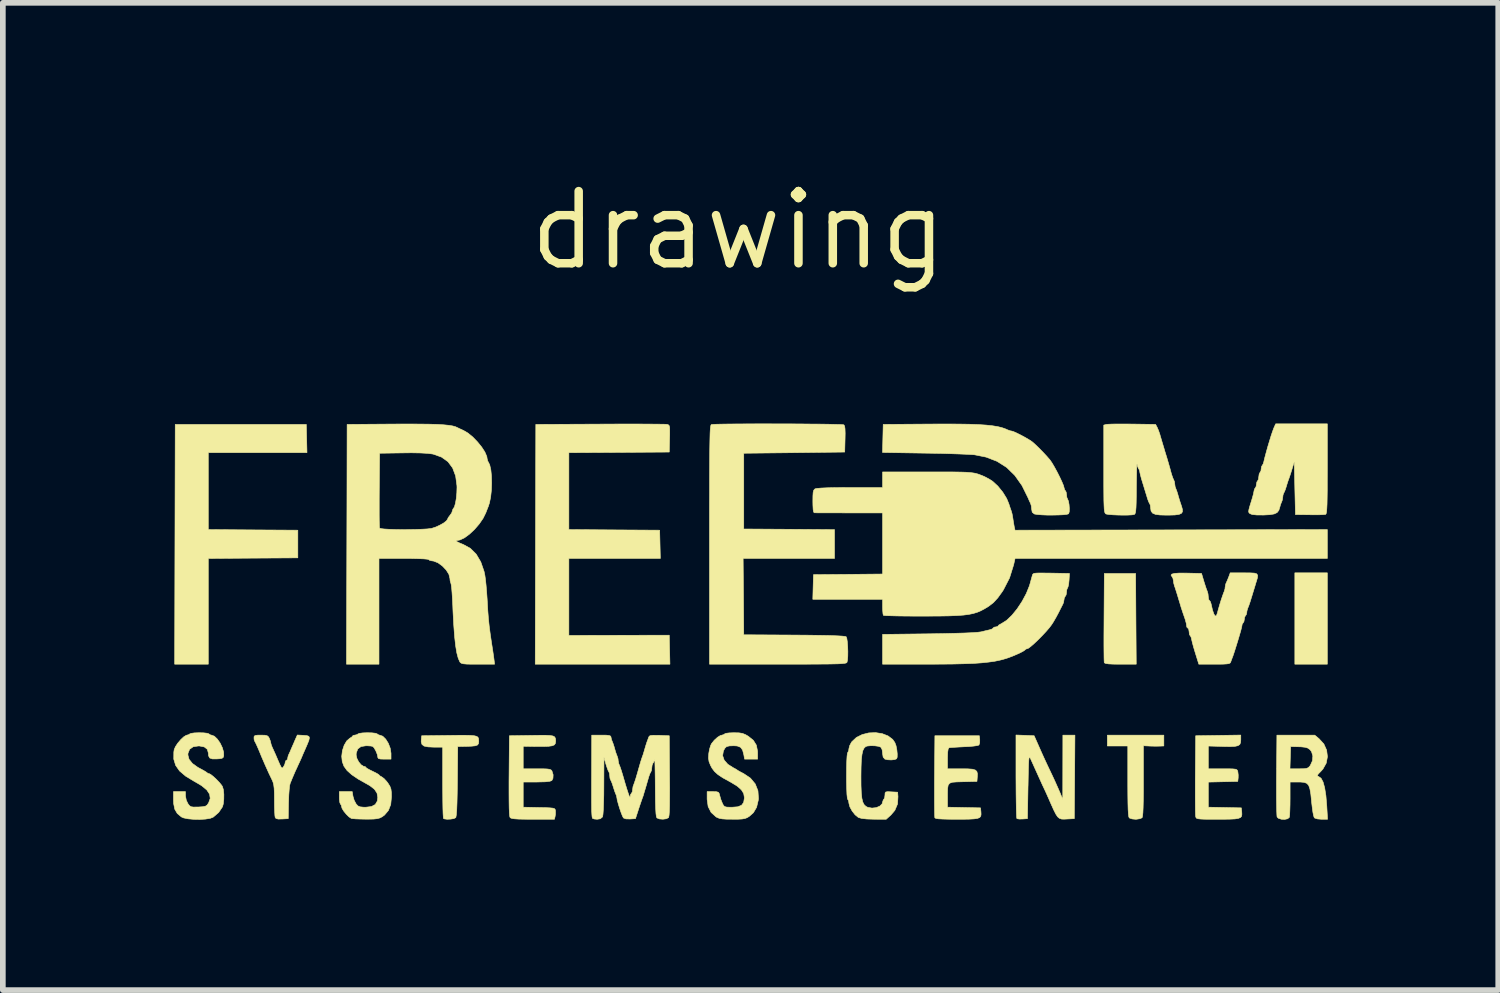
<source format=kicad_pcb>
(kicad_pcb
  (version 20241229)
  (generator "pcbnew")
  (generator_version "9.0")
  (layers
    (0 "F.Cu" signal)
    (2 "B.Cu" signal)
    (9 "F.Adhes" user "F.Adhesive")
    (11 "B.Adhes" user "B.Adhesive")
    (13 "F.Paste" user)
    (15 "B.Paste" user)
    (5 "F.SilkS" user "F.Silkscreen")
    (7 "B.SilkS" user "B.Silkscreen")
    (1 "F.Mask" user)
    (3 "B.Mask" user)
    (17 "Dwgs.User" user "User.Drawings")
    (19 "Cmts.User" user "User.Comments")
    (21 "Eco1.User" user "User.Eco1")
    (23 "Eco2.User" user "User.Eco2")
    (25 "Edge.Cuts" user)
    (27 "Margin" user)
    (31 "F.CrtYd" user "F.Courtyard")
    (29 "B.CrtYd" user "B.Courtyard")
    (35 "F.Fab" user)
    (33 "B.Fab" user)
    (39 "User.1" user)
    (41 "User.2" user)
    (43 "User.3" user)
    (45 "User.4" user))
  (footprint "drawing"
    (layer "F.Cu")
    (at 9.953 1.006)
    (property "Reference" "drawing" (at 0 0 0) (layer "F.SilkS") (effects (font (size 1.27 1.27) (thickness 0.15))))
    (attr through_hole)
    (fp_poly (pts (xy 10.372 7.641) (xy 9.8 7.641) (xy 9.8 6.032) (xy 10.372 6.032) (xy 10.372 7.641)) (stroke (width 0.01) (type solid)) (fill yes) (layer "F.SilkS"))
    (fp_poly (pts (xy -7.603 3.667) (xy -7.597 3.916) (xy -9.335 3.916) (xy -9.335 5.27) (xy -8.546 5.276) (xy -7.758 5.281) (xy -7.758 5.768) (xy -8.546 5.773) (xy -9.335 5.779) (xy -9.335 7.641) (xy -9.927 7.641) (xy -9.917 3.418) (xy -7.609 3.418) (xy -7.603 3.667)) (stroke (width 0.01) (type solid)) (fill yes) (layer "F.SilkS"))
    (fp_poly (pts (xy 7.001 6.842) (xy 7.007 7.641) (xy 6.731 7.641) (xy 6.607 7.64) (xy 6.522 7.636) (xy 6.469 7.628) (xy 6.446 7.617) (xy 6.444 7.615) (xy 6.442 7.588) (xy 6.44 7.524) (xy 6.439 7.427) (xy 6.438 7.303) (xy 6.438 7.156) (xy 6.439 6.992) (xy 6.44 6.816) (xy 6.445 6.043) (xy 6.996 6.043) (xy 7.001 6.842)) (stroke (width 0.01) (type solid)) (fill yes) (layer "F.SilkS"))
    (fp_poly (pts (xy 7.493 9.081) (xy 7.414 9.084) (xy 7.341 9.085) (xy 7.257 9.083) (xy 7.234 9.082) (xy 7.133 9.077) (xy 7.133 9.699) (xy 7.133 9.894) (xy 7.131 10.05) (xy 7.128 10.17) (xy 7.124 10.257) (xy 7.118 10.313) (xy 7.111 10.342) (xy 7.108 10.346) (xy 7.072 10.362) (xy 7.013 10.371) (xy 6.996 10.372) (xy 6.934 10.366) (xy 6.89 10.351) (xy 6.883 10.346) (xy 6.875 10.325) (xy 6.869 10.278) (xy 6.864 10.202) (xy 6.861 10.093) (xy 6.859 9.949) (xy 6.858 9.767) (xy 6.858 9.701) (xy 6.858 9.081) (xy 6.498 9.081) (xy 6.498 8.89) (xy 7.493 8.89) (xy 7.493 9.081)) (stroke (width 0.01) (type solid)) (fill yes) (layer "F.SilkS"))
    (fp_poly (pts (xy -1.824 3.411) (xy -1.656 3.412) (xy -1.511 3.413) (xy -1.394 3.414) (xy -1.31 3.415) (xy -1.262 3.417) (xy -1.253 3.418) (xy -1.233 3.425) (xy -1.219 3.439) (xy -1.211 3.466) (xy -1.209 3.516) (xy -1.209 3.595) (xy -1.211 3.668) (xy -1.217 3.905) (xy -2.101 3.911) (xy -2.985 3.916) (xy -2.985 5.27) (xy -2.185 5.276) (xy -1.386 5.281) (xy -1.38 5.53) (xy -1.374 5.779) (xy -2.985 5.779) (xy -2.985 7.134) (xy -2.101 7.132) (xy -1.217 7.13) (xy -1.211 7.386) (xy -1.205 7.641) (xy -3.577 7.641) (xy -3.567 3.418) (xy -2.434 3.413) (xy -2.218 3.412) (xy -2.013 3.411) (xy -1.824 3.411)) (stroke (width 0.01) (type solid)) (fill yes) (layer "F.SilkS"))
    (fp_poly (pts (xy -4.716 8.895) (xy -4.652 8.901) (xy -4.61 8.911) (xy -4.587 8.926) (xy -4.576 8.948) (xy -4.573 8.978) (xy -4.572 9.002) (xy -4.576 9.039) (xy -4.594 9.064) (xy -4.633 9.078) (xy -4.701 9.085) (xy -4.79 9.088) (xy -4.942 9.091) (xy -4.948 9.703) (xy -4.951 9.915) (xy -4.955 10.084) (xy -4.96 10.211) (xy -4.967 10.296) (xy -4.975 10.339) (xy -4.977 10.343) (xy -5.011 10.36) (xy -5.067 10.369) (xy -5.129 10.372) (xy -5.178 10.365) (xy -5.193 10.358) (xy -5.196 10.334) (xy -5.2 10.273) (xy -5.203 10.18) (xy -5.205 10.062) (xy -5.206 9.922) (xy -5.207 9.767) (xy -5.207 9.723) (xy -5.207 9.102) (xy -5.362 9.102) (xy -5.466 9.097) (xy -5.534 9.083) (xy -5.572 9.054) (xy -5.585 9.008) (xy -5.584 8.974) (xy -5.577 8.901) (xy -5.092 8.895) (xy -4.931 8.893) (xy -4.807 8.893) (xy -4.716 8.895)) (stroke (width 0.01) (type solid)) (fill yes) (layer "F.SilkS"))
    (fp_poly (pts (xy 8.848 8.975) (xy 8.844 9.022) (xy 8.83 9.055) (xy 8.798 9.076) (xy 8.744 9.088) (xy 8.66 9.092) (xy 8.542 9.09) (xy 8.514 9.089) (xy 8.276 9.082) (xy 8.276 9.483) (xy 8.53 9.483) (xy 8.637 9.483) (xy 8.709 9.485) (xy 8.754 9.49) (xy 8.778 9.499) (xy 8.79 9.514) (xy 8.796 9.533) (xy 8.803 9.593) (xy 8.802 9.644) (xy 8.795 9.705) (xy 8.535 9.711) (xy 8.276 9.717) (xy 8.276 10.159) (xy 8.567 10.165) (xy 8.858 10.171) (xy 8.865 10.241) (xy 8.867 10.285) (xy 8.862 10.318) (xy 8.843 10.341) (xy 8.806 10.356) (xy 8.745 10.366) (xy 8.655 10.37) (xy 8.53 10.372) (xy 8.443 10.372) (xy 8.309 10.372) (xy 8.21 10.371) (xy 8.142 10.368) (xy 8.099 10.363) (xy 8.073 10.356) (xy 8.061 10.345) (xy 8.055 10.329) (xy 8.054 10.324) (xy 8.051 10.292) (xy 8.049 10.223) (xy 8.048 10.122) (xy 8.047 9.996) (xy 8.047 9.848) (xy 8.047 9.686) (xy 8.048 9.588) (xy 8.054 8.901) (xy 8.451 8.895) (xy 8.848 8.889) (xy 8.848 8.975)) (stroke (width 0.01) (type solid)) (fill yes) (layer "F.SilkS"))
    (fp_poly (pts (xy 5.049 8.894) (xy 5.209 8.901) (xy 5.293 9.091) (xy 5.335 9.186) (xy 5.371 9.266) (xy 5.406 9.342) (xy 5.445 9.426) (xy 5.494 9.529) (xy 5.533 9.611) (xy 5.577 9.706) (xy 5.622 9.807) (xy 5.659 9.892) (xy 5.661 9.896) (xy 5.713 10.022) (xy 5.714 9.456) (xy 5.715 8.89) (xy 5.927 8.89) (xy 5.922 9.626) (xy 5.916 10.361) (xy 5.793 10.367) (xy 5.734 10.37) (xy 5.69 10.368) (xy 5.654 10.355) (xy 5.622 10.328) (xy 5.591 10.281) (xy 5.554 10.208) (xy 5.508 10.106) (xy 5.467 10.012) (xy 5.443 9.958) (xy 5.408 9.88) (xy 5.367 9.793) (xy 5.355 9.768) (xy 5.142 9.297) (xy 5.133 9.28) (xy 5.125 9.276) (xy 5.12 9.291) (xy 5.115 9.327) (xy 5.111 9.39) (xy 5.108 9.482) (xy 5.105 9.609) (xy 5.102 9.773) (xy 5.101 9.794) (xy 5.091 10.361) (xy 5.005 10.367) (xy 4.948 10.368) (xy 4.91 10.362) (xy 4.905 10.359) (xy 4.901 10.335) (xy 4.898 10.273) (xy 4.895 10.179) (xy 4.893 10.058) (xy 4.891 9.915) (xy 4.89 9.753) (xy 4.889 9.616) (xy 4.889 8.888) (xy 5.049 8.894)) (stroke (width 0.01) (type solid)) (fill yes) (layer "F.SilkS"))
    (fp_poly (pts (xy -3.391 8.893) (xy -3.316 8.897) (xy -3.266 8.905) (xy -3.237 8.92) (xy -3.223 8.943) (xy -3.218 8.974) (xy -3.218 9.002) (xy -3.223 9.037) (xy -3.241 9.062) (xy -3.28 9.078) (xy -3.345 9.087) (xy -3.441 9.09) (xy -3.551 9.09) (xy -3.789 9.086) (xy -3.789 9.483) (xy -3.546 9.483) (xy -3.44 9.483) (xy -3.369 9.486) (xy -3.325 9.492) (xy -3.299 9.503) (xy -3.284 9.519) (xy -3.282 9.524) (xy -3.262 9.588) (xy -3.265 9.651) (xy -3.285 9.69) (xy -3.321 9.703) (xy -3.399 9.712) (xy -3.517 9.715) (xy -3.55 9.716) (xy -3.789 9.716) (xy -3.789 10.159) (xy -3.508 10.165) (xy -3.395 10.167) (xy -3.317 10.171) (xy -3.267 10.176) (xy -3.24 10.184) (xy -3.227 10.197) (xy -3.222 10.216) (xy -3.221 10.22) (xy -3.221 10.282) (xy -3.227 10.321) (xy -3.239 10.372) (xy -3.617 10.372) (xy -3.761 10.371) (xy -3.867 10.369) (xy -3.941 10.364) (xy -3.989 10.357) (xy -4.014 10.347) (xy -4.019 10.343) (xy -4.027 10.319) (xy -4.032 10.265) (xy -4.036 10.18) (xy -4.038 10.06) (xy -4.039 9.903) (xy -4.039 9.707) (xy -4.038 9.607) (xy -4.032 8.901) (xy -3.642 8.895) (xy -3.498 8.893) (xy -3.391 8.893)) (stroke (width 0.01) (type solid)) (fill yes) (layer "F.SilkS"))
    (fp_poly (pts (xy 4.251 8.972) (xy 4.25 9.027) (xy 4.237 9.064) (xy 4.236 9.065) (xy 4.207 9.074) (xy 4.146 9.083) (xy 4.061 9.091) (xy 3.975 9.095) (xy 3.877 9.1) (xy 3.793 9.105) (xy 3.734 9.109) (xy 3.709 9.113) (xy 3.695 9.135) (xy 3.686 9.192) (xy 3.683 9.287) (xy 3.683 9.302) (xy 3.683 9.483) (xy 3.924 9.483) (xy 4.041 9.484) (xy 4.122 9.49) (xy 4.173 9.505) (xy 4.2 9.53) (xy 4.21 9.57) (xy 4.208 9.624) (xy 4.202 9.705) (xy 3.955 9.711) (xy 3.844 9.714) (xy 3.768 9.72) (xy 3.721 9.737) (xy 3.695 9.771) (xy 3.685 9.829) (xy 3.683 9.918) (xy 3.683 9.985) (xy 3.683 10.159) (xy 3.974 10.165) (xy 4.265 10.171) (xy 4.272 10.241) (xy 4.274 10.285) (xy 4.269 10.317) (xy 4.25 10.341) (xy 4.213 10.356) (xy 4.152 10.365) (xy 4.062 10.37) (xy 3.938 10.372) (xy 3.849 10.372) (xy 3.704 10.371) (xy 3.597 10.368) (xy 3.524 10.364) (xy 3.48 10.357) (xy 3.461 10.347) (xy 3.46 10.345) (xy 3.458 10.318) (xy 3.456 10.254) (xy 3.455 10.158) (xy 3.454 10.035) (xy 3.454 9.89) (xy 3.454 9.729) (xy 3.455 9.61) (xy 3.461 8.901) (xy 4.244 8.901) (xy 4.251 8.972)) (stroke (width 0.01) (type solid)) (fill yes) (layer "F.SilkS"))
    (fp_poly (pts (xy 10.226 8.953) (xy 10.311 9.046) (xy 10.36 9.155) (xy 10.374 9.27) (xy 10.353 9.383) (xy 10.295 9.487) (xy 10.262 9.524) (xy 10.216 9.571) (xy 10.197 9.598) (xy 10.204 9.613) (xy 10.219 9.619) (xy 10.262 9.65) (xy 10.297 9.715) (xy 10.325 9.816) (xy 10.347 9.955) (xy 10.362 10.134) (xy 10.376 10.372) (xy 10.271 10.372) (xy 10.199 10.366) (xy 10.151 10.351) (xy 10.142 10.343) (xy 10.131 10.312) (xy 10.118 10.248) (xy 10.106 10.16) (xy 10.094 10.058) (xy 10.094 10.052) (xy 10.081 9.926) (xy 10.065 9.836) (xy 10.044 9.776) (xy 10.012 9.74) (xy 9.965 9.722) (xy 9.899 9.716) (xy 9.851 9.716) (xy 9.716 9.716) (xy 9.716 10.01) (xy 9.715 10.12) (xy 9.712 10.216) (xy 9.709 10.29) (xy 9.704 10.333) (xy 9.703 10.338) (xy 9.673 10.363) (xy 9.62 10.374) (xy 9.561 10.371) (xy 9.51 10.354) (xy 9.487 10.331) (xy 9.484 10.3) (xy 9.481 10.233) (xy 9.479 10.134) (xy 9.477 10.008) (xy 9.477 9.861) (xy 9.477 9.699) (xy 9.478 9.59) (xy 9.479 9.483) (xy 9.714 9.483) (xy 9.872 9.483) (xy 9.954 9.482) (xy 10.005 9.476) (xy 10.037 9.463) (xy 10.062 9.438) (xy 10.074 9.421) (xy 10.11 9.341) (xy 10.117 9.257) (xy 10.094 9.181) (xy 10.067 9.146) (xy 10.03 9.119) (xy 9.982 9.104) (xy 9.91 9.096) (xy 9.871 9.095) (xy 9.726 9.091) (xy 9.714 9.483) (xy 9.479 9.483) (xy 9.484 8.89) (xy 10.15 8.89) (xy 10.226 8.953)) (stroke (width 0.01) (type solid)) (fill yes) (layer "F.SilkS"))
    (fp_poly (pts (xy 3.871 3.412) (xy 4.065 3.415) (xy 4.227 3.421) (xy 4.363 3.43) (xy 4.475 3.442) (xy 4.568 3.457) (xy 4.644 3.476) (xy 4.709 3.499) (xy 4.746 3.516) (xy 4.793 3.532) (xy 4.813 3.535) (xy 4.846 3.545) (xy 4.904 3.571) (xy 4.976 3.607) (xy 5.052 3.648) (xy 5.12 3.688) (xy 5.17 3.721) (xy 5.173 3.723) (xy 5.221 3.765) (xy 5.287 3.828) (xy 5.36 3.902) (xy 5.428 3.975) (xy 5.483 4.038) (xy 5.488 4.044) (xy 5.523 4.095) (xy 5.566 4.168) (xy 5.613 4.254) (xy 5.658 4.343) (xy 5.697 4.426) (xy 5.725 4.493) (xy 5.736 4.533) (xy 5.736 4.535) (xy 5.748 4.573) (xy 5.757 4.583) (xy 5.773 4.611) (xy 5.779 4.654) (xy 5.785 4.704) (xy 5.797 4.732) (xy 5.813 4.769) (xy 5.824 4.83) (xy 5.829 4.898) (xy 5.827 4.957) (xy 5.816 4.992) (xy 5.815 4.992) (xy 5.785 5.002) (xy 5.723 5.009) (xy 5.637 5.013) (xy 5.54 5.015) (xy 5.439 5.015) (xy 5.345 5.011) (xy 5.268 5.005) (xy 5.218 4.997) (xy 5.212 4.995) (xy 5.175 4.965) (xy 5.165 4.911) (xy 5.159 4.852) (xy 5.146 4.81) (xy 5.124 4.764) (xy 5.101 4.71) (xy 4.995 4.495) (xy 4.869 4.317) (xy 4.724 4.175) (xy 4.555 4.068) (xy 4.363 3.994) (xy 4.159 3.953) (xy 4.103 3.949) (xy 4.01 3.944) (xy 3.887 3.939) (xy 3.741 3.934) (xy 3.576 3.929) (xy 3.401 3.926) (xy 3.275 3.924) (xy 2.539 3.912) (xy 2.551 3.418) (xy 3.376 3.412) (xy 3.643 3.411) (xy 3.871 3.412)) (stroke (width 0.01) (type solid)) (fill yes) (layer "F.SilkS"))
    (fp_poly (pts (xy 10.372 4.199) (xy 10.371 4.409) (xy 10.371 4.58) (xy 10.369 4.716) (xy 10.367 4.821) (xy 10.363 4.898) (xy 10.359 4.951) (xy 10.353 4.984) (xy 10.346 4.999) (xy 10.343 5.002) (xy 10.311 5.006) (xy 10.247 5.009) (xy 10.159 5.01) (xy 10.062 5.009) (xy 9.811 5.006) (xy 9.8 4.541) (xy 9.79 4.076) (xy 9.751 4.202) (xy 9.728 4.277) (xy 9.707 4.34) (xy 9.696 4.371) (xy 9.679 4.417) (xy 9.658 4.483) (xy 9.651 4.508) (xy 9.631 4.57) (xy 9.612 4.614) (xy 9.606 4.624) (xy 9.592 4.66) (xy 9.588 4.693) (xy 9.58 4.749) (xy 9.569 4.779) (xy 9.549 4.827) (xy 9.536 4.874) (xy 9.518 4.932) (xy 9.487 4.971) (xy 9.436 4.995) (xy 9.358 5.008) (xy 9.248 5.014) (xy 9.129 5.013) (xy 9.05 5.005) (xy 9.011 4.99) (xy 8.993 4.975) (xy 8.986 4.954) (xy 8.991 4.918) (xy 9.007 4.858) (xy 9.027 4.794) (xy 9.052 4.712) (xy 9.071 4.642) (xy 9.08 4.596) (xy 9.081 4.589) (xy 9.092 4.551) (xy 9.102 4.54) (xy 9.118 4.511) (xy 9.123 4.477) (xy 9.131 4.432) (xy 9.144 4.413) (xy 9.159 4.385) (xy 9.165 4.339) (xy 9.172 4.291) (xy 9.186 4.265) (xy 9.203 4.236) (xy 9.207 4.202) (xy 9.215 4.158) (xy 9.226 4.14) (xy 9.243 4.112) (xy 9.255 4.07) (xy 9.269 4.01) (xy 9.292 3.924) (xy 9.32 3.822) (xy 9.352 3.716) (xy 9.382 3.617) (xy 9.41 3.535) (xy 9.43 3.481) (xy 9.432 3.477) (xy 9.463 3.408) (xy 10.372 3.408) (xy 10.372 4.199)) (stroke (width 0.01) (type solid)) (fill yes) (layer "F.SilkS"))
    (fp_poly (pts (xy 0.725 3.409) (xy 0.917 3.409) (xy 1.104 3.41) (xy 1.281 3.412) (xy 1.443 3.413) (xy 1.584 3.415) (xy 1.702 3.418) (xy 1.789 3.42) (xy 1.843 3.423) (xy 1.858 3.426) (xy 1.871 3.447) (xy 1.878 3.494) (xy 1.881 3.574) (xy 1.879 3.674) (xy 1.873 3.905) (xy 0.984 3.916) (xy 0.095 3.926) (xy 0.095 5.26) (xy 0.894 5.265) (xy 1.693 5.271) (xy 1.693 5.779) (xy 0.084 5.779) (xy 0.09 6.451) (xy 0.095 7.123) (xy 0.982 7.128) (xy 1.231 7.13) (xy 1.438 7.133) (xy 1.605 7.136) (xy 1.734 7.141) (xy 1.825 7.146) (xy 1.879 7.152) (xy 1.898 7.157) (xy 1.91 7.187) (xy 1.919 7.248) (xy 1.925 7.328) (xy 1.928 7.416) (xy 1.927 7.5) (xy 1.922 7.569) (xy 1.913 7.608) (xy 1.907 7.615) (xy 1.893 7.621) (xy 1.867 7.626) (xy 1.826 7.63) (xy 1.768 7.634) (xy 1.688 7.636) (xy 1.584 7.638) (xy 1.452 7.639) (xy 1.289 7.64) (xy 1.093 7.641) (xy 0.859 7.641) (xy 0.696 7.641) (xy -0.508 7.641) (xy -0.508 5.537) (xy -0.508 5.19) (xy -0.508 4.883) (xy -0.507 4.614) (xy -0.507 4.379) (xy -0.506 4.177) (xy -0.505 4.006) (xy -0.504 3.862) (xy -0.502 3.743) (xy -0.5 3.648) (xy -0.498 3.573) (xy -0.495 3.516) (xy -0.491 3.475) (xy -0.487 3.448) (xy -0.483 3.431) (xy -0.477 3.422) (xy -0.475 3.421) (xy -0.446 3.418) (xy -0.38 3.415) (xy -0.281 3.413) (xy -0.155 3.411) (xy -0.006 3.41) (xy 0.161 3.409) (xy 0.342 3.408) (xy 0.531 3.408) (xy 0.725 3.409)) (stroke (width 0.01) (type solid)) (fill yes) (layer "F.SilkS"))
    (fp_poly (pts (xy 5.421 6.036) (xy 5.51 6.037) (xy 5.831 6.043) (xy 5.824 6.16) (xy 5.817 6.228) (xy 5.806 6.279) (xy 5.798 6.296) (xy 5.783 6.331) (xy 5.779 6.374) (xy 5.772 6.421) (xy 5.757 6.445) (xy 5.74 6.475) (xy 5.736 6.5) (xy 5.726 6.555) (xy 5.717 6.578) (xy 5.698 6.616) (xy 5.667 6.677) (xy 5.64 6.731) (xy 5.595 6.815) (xy 5.545 6.901) (xy 5.518 6.943) (xy 5.477 6.998) (xy 5.418 7.066) (xy 5.349 7.14) (xy 5.277 7.213) (xy 5.207 7.279) (xy 5.148 7.33) (xy 5.106 7.361) (xy 5.092 7.366) (xy 5.061 7.376) (xy 5.055 7.383) (xy 5.031 7.403) (xy 4.977 7.433) (xy 4.904 7.467) (xy 4.821 7.502) (xy 4.74 7.532) (xy 4.699 7.545) (xy 4.611 7.569) (xy 4.515 7.589) (xy 4.408 7.604) (xy 4.286 7.617) (xy 4.142 7.627) (xy 3.974 7.633) (xy 3.776 7.638) (xy 3.544 7.64) (xy 3.339 7.641) (xy 2.54 7.641) (xy 2.54 7.116) (xy 3.36 7.106) (xy 3.601 7.102) (xy 3.808 7.097) (xy 3.98 7.092) (xy 4.116 7.086) (xy 4.213 7.079) (xy 4.27 7.072) (xy 4.276 7.071) (xy 4.348 7.053) (xy 4.413 7.038) (xy 4.429 7.034) (xy 4.471 7.02) (xy 4.487 7.004) (xy 4.505 6.989) (xy 4.53 6.985) (xy 4.564 6.978) (xy 4.572 6.969) (xy 4.589 6.95) (xy 4.631 6.927) (xy 4.635 6.925) (xy 4.724 6.869) (xy 4.817 6.78) (xy 4.91 6.666) (xy 4.996 6.536) (xy 5.07 6.398) (xy 5.126 6.26) (xy 5.14 6.212) (xy 5.158 6.145) (xy 5.174 6.088) (xy 5.176 6.08) (xy 5.182 6.061) (xy 5.194 6.048) (xy 5.217 6.04) (xy 5.258 6.036) (xy 5.324 6.035) (xy 5.421 6.036)) (stroke (width 0.01) (type solid)) (fill yes) (layer "F.SilkS"))
    (fp_poly (pts (xy -7.656 8.894) (xy -7.598 8.899) (xy -7.564 8.911) (xy -7.554 8.937) (xy -7.564 8.984) (xy -7.595 9.06) (xy -7.612 9.099) (xy -7.643 9.17) (xy -7.67 9.231) (xy -7.682 9.26) (xy -7.699 9.3) (xy -7.728 9.364) (xy -7.764 9.441) (xy -7.768 9.451) (xy -7.804 9.528) (xy -7.833 9.595) (xy -7.851 9.638) (xy -7.853 9.641) (xy -7.874 9.694) (xy -7.892 9.737) (xy -7.902 9.777) (xy -7.91 9.85) (xy -7.917 9.946) (xy -7.921 10.055) (xy -7.922 10.075) (xy -7.927 10.361) (xy -8.035 10.367) (xy -8.104 10.368) (xy -8.142 10.358) (xy -8.157 10.339) (xy -8.162 10.306) (xy -8.166 10.239) (xy -8.169 10.149) (xy -8.17 10.044) (xy -8.17 10.033) (xy -8.171 9.913) (xy -8.175 9.826) (xy -8.183 9.763) (xy -8.196 9.715) (xy -8.211 9.68) (xy -8.268 9.561) (xy -8.332 9.419) (xy -8.396 9.271) (xy -8.435 9.176) (xy -8.467 9.101) (xy -8.494 9.042) (xy -8.511 9.009) (xy -8.513 9.007) (xy -8.527 8.972) (xy -8.53 8.939) (xy -8.527 8.911) (xy -8.51 8.897) (xy -8.469 8.891) (xy -8.408 8.89) (xy -8.338 8.892) (xy -8.298 8.901) (xy -8.274 8.921) (xy -8.26 8.947) (xy -8.241 8.996) (xy -8.234 9.029) (xy -8.225 9.064) (xy -8.205 9.114) (xy -8.204 9.114) (xy -8.176 9.176) (xy -8.144 9.247) (xy -8.141 9.255) (xy -8.099 9.353) (xy -8.07 9.418) (xy -8.05 9.455) (xy -8.037 9.469) (xy -8.026 9.466) (xy -8.014 9.451) (xy -8.01 9.447) (xy -7.986 9.4) (xy -7.981 9.372) (xy -7.97 9.34) (xy -7.959 9.335) (xy -7.94 9.317) (xy -7.938 9.302) (xy -7.928 9.256) (xy -7.919 9.234) (xy -7.896 9.185) (xy -7.879 9.144) (xy -7.857 9.093) (xy -7.827 9.025) (xy -7.812 8.989) (xy -7.767 8.888) (xy -7.656 8.894)) (stroke (width 0.01) (type solid)) (fill yes) (layer "F.SilkS"))
    (fp_poly (pts (xy 2.533 8.864) (xy 2.636 8.904) (xy 2.718 8.966) (xy 2.756 9.021) (xy 2.777 9.077) (xy 2.791 9.149) (xy 2.798 9.221) (xy 2.797 9.279) (xy 2.786 9.307) (xy 2.751 9.321) (xy 2.693 9.327) (xy 2.63 9.324) (xy 2.583 9.313) (xy 2.58 9.312) (xy 2.55 9.278) (xy 2.54 9.216) (xy 2.54 9.209) (xy 2.532 9.147) (xy 2.511 9.105) (xy 2.508 9.102) (xy 2.469 9.087) (xy 2.404 9.078) (xy 2.333 9.076) (xy 2.271 9.082) (xy 2.243 9.091) (xy 2.214 9.119) (xy 2.192 9.163) (xy 2.177 9.231) (xy 2.166 9.325) (xy 2.161 9.452) (xy 2.159 9.616) (xy 2.159 9.62) (xy 2.16 9.782) (xy 2.165 9.908) (xy 2.175 10.001) (xy 2.191 10.068) (xy 2.214 10.114) (xy 2.245 10.144) (xy 2.279 10.162) (xy 2.353 10.175) (xy 2.427 10.167) (xy 2.49 10.141) (xy 2.531 10.101) (xy 2.54 10.068) (xy 2.552 10.031) (xy 2.561 10.022) (xy 2.576 9.994) (xy 2.582 9.946) (xy 2.584 9.909) (xy 2.597 9.891) (xy 2.631 9.886) (xy 2.693 9.889) (xy 2.805 9.895) (xy 2.811 9.973) (xy 2.803 10.103) (xy 2.756 10.215) (xy 2.688 10.295) (xy 2.603 10.372) (xy 2.386 10.371) (xy 2.261 10.367) (xy 2.172 10.357) (xy 2.116 10.341) (xy 2.111 10.338) (xy 2.056 10.293) (xy 2.004 10.227) (xy 1.964 10.154) (xy 1.947 10.091) (xy 1.947 10.088) (xy 1.94 10.043) (xy 1.926 10.022) (xy 1.919 9.997) (xy 1.912 9.933) (xy 1.908 9.835) (xy 1.905 9.708) (xy 1.905 9.61) (xy 1.906 9.465) (xy 1.909 9.347) (xy 1.914 9.261) (xy 1.921 9.209) (xy 1.926 9.197) (xy 1.942 9.168) (xy 1.947 9.129) (xy 1.96 9.076) (xy 1.991 9.017) (xy 1.999 9.006) (xy 2.079 8.931) (xy 2.181 8.88) (xy 2.297 8.851) (xy 2.417 8.846) (xy 2.533 8.864)) (stroke (width 0.01) (type solid)) (fill yes) (layer "F.SilkS"))
    (fp_poly (pts (xy 3.527 4.255) (xy 3.694 4.255) (xy 3.828 4.256) (xy 3.933 4.258) (xy 4.016 4.261) (xy 4.08 4.266) (xy 4.13 4.272) (xy 4.172 4.279) (xy 4.209 4.289) (xy 4.24 4.299) (xy 4.332 4.336) (xy 4.425 4.386) (xy 4.479 4.421) (xy 4.57 4.505) (xy 4.656 4.611) (xy 4.725 4.723) (xy 4.763 4.815) (xy 4.784 4.88) (xy 4.803 4.934) (xy 4.806 4.942) (xy 4.82 4.991) (xy 4.832 5.057) (xy 4.834 5.069) (xy 4.845 5.143) (xy 4.857 5.211) (xy 4.858 5.218) (xy 4.872 5.281) (xy 7.622 5.276) (xy 10.372 5.27) (xy 10.372 5.779) (xy 4.873 5.779) (xy 4.848 5.89) (xy 4.776 6.121) (xy 4.668 6.331) (xy 4.649 6.361) (xy 4.569 6.472) (xy 4.493 6.555) (xy 4.408 6.621) (xy 4.327 6.67) (xy 4.266 6.702) (xy 4.203 6.728) (xy 4.136 6.748) (xy 4.059 6.764) (xy 3.966 6.776) (xy 3.853 6.784) (xy 3.714 6.79) (xy 3.545 6.793) (xy 3.341 6.794) (xy 3.247 6.794) (xy 3.082 6.794) (xy 2.93 6.793) (xy 2.797 6.791) (xy 2.688 6.788) (xy 2.608 6.786) (xy 2.563 6.782) (xy 2.554 6.78) (xy 2.547 6.753) (xy 2.542 6.697) (xy 2.54 6.632) (xy 2.54 6.498) (xy 1.311 6.498) (xy 1.317 6.281) (xy 1.323 6.064) (xy 1.931 6.059) (xy 2.54 6.053) (xy 2.54 4.977) (xy 1.953 4.977) (xy 1.798 4.976) (xy 1.657 4.976) (xy 1.535 4.976) (xy 1.438 4.976) (xy 1.371 4.975) (xy 1.34 4.975) (xy 1.339 4.975) (xy 1.325 4.961) (xy 1.317 4.917) (xy 1.313 4.839) (xy 1.312 4.774) (xy 1.313 4.679) (xy 1.317 4.617) (xy 1.326 4.581) (xy 1.341 4.56) (xy 1.353 4.552) (xy 1.388 4.545) (xy 1.461 4.539) (xy 1.571 4.534) (xy 1.713 4.531) (xy 1.883 4.53) (xy 1.967 4.53) (xy 2.54 4.53) (xy 2.54 4.255) (xy 3.323 4.255) (xy 3.527 4.255)) (stroke (width 0.01) (type solid)) (fill yes) (layer "F.SilkS"))
    (fp_poly (pts (xy 0.011 8.85) (xy 0.073 8.86) (xy 0.127 8.882) (xy 0.175 8.91) (xy 0.264 8.982) (xy 0.317 9.067) (xy 0.338 9.172) (xy 0.339 9.206) (xy 0.339 9.313) (xy 0.11 9.313) (xy 0.096 9.234) (xy 0.074 9.152) (xy 0.039 9.104) (xy -0.02 9.081) (xy -0.081 9.077) (xy -0.16 9.08) (xy -0.209 9.093) (xy -0.24 9.124) (xy -0.264 9.172) (xy -0.277 9.251) (xy -0.25 9.33) (xy -0.186 9.403) (xy -0.095 9.461) (xy -0.049 9.486) (xy -0.022 9.503) (xy -0.021 9.504) (xy 0.002 9.519) (xy 0.051 9.546) (xy 0.091 9.566) (xy 0.212 9.647) (xy 0.297 9.749) (xy 0.345 9.87) (xy 0.354 10.005) (xy 0.351 10.035) (xy 0.321 10.161) (xy 0.265 10.256) (xy 0.194 10.319) (xy 0.156 10.343) (xy 0.117 10.358) (xy 0.067 10.367) (xy -0.004 10.371) (xy -0.105 10.371) (xy -0.211 10.37) (xy -0.285 10.365) (xy -0.337 10.355) (xy -0.377 10.339) (xy -0.395 10.328) (xy -0.48 10.251) (xy -0.532 10.149) (xy -0.55 10.021) (xy -0.55 10.011) (xy -0.55 9.885) (xy -0.446 9.885) (xy -0.384 9.887) (xy -0.351 9.897) (xy -0.335 9.923) (xy -0.328 9.954) (xy -0.308 10.024) (xy -0.281 10.091) (xy -0.262 10.128) (xy -0.24 10.149) (xy -0.203 10.158) (xy -0.139 10.16) (xy -0.111 10.16) (xy -0.01 10.152) (xy 0.056 10.125) (xy 0.093 10.076) (xy 0.106 10) (xy 0.106 9.988) (xy 0.094 9.918) (xy 0.054 9.854) (xy -0.016 9.791) (xy -0.123 9.725) (xy -0.159 9.705) (xy -0.275 9.641) (xy -0.359 9.585) (xy -0.419 9.531) (xy -0.463 9.473) (xy -0.487 9.429) (xy -0.516 9.359) (xy -0.526 9.295) (xy -0.521 9.214) (xy -0.521 9.212) (xy -0.507 9.135) (xy -0.486 9.068) (xy -0.473 9.041) (xy -0.424 8.98) (xy -0.367 8.928) (xy -0.315 8.896) (xy -0.292 8.891) (xy -0.254 8.879) (xy -0.243 8.869) (xy -0.217 8.858) (xy -0.161 8.851) (xy -0.085 8.848) (xy -0.077 8.848) (xy 0.011 8.85)) (stroke (width 0.01) (type solid)) (fill yes) (layer "F.SilkS"))
    (fp_poly (pts (xy 6.933 3.412) (xy 6.939 3.412) (xy 7.348 3.418) (xy 7.376 3.471) (xy 7.4 3.527) (xy 7.424 3.597) (xy 7.427 3.609) (xy 7.444 3.667) (xy 7.469 3.751) (xy 7.498 3.847) (xy 7.512 3.895) (xy 7.545 4.001) (xy 7.577 4.11) (xy 7.604 4.205) (xy 7.611 4.233) (xy 7.632 4.306) (xy 7.652 4.363) (xy 7.665 4.391) (xy 7.68 4.427) (xy 7.684 4.46) (xy 7.692 4.516) (xy 7.703 4.546) (xy 7.72 4.588) (xy 7.74 4.652) (xy 7.747 4.678) (xy 7.767 4.745) (xy 7.785 4.802) (xy 7.79 4.815) (xy 7.808 4.87) (xy 7.82 4.915) (xy 7.821 4.956) (xy 7.803 4.984) (xy 7.76 5.003) (xy 7.686 5.013) (xy 7.576 5.016) (xy 7.54 5.016) (xy 7.424 5.013) (xy 7.344 5.002) (xy 7.294 4.98) (xy 7.268 4.944) (xy 7.26 4.891) (xy 7.26 4.887) (xy 7.254 4.838) (xy 7.243 4.814) (xy 7.226 4.782) (xy 7.206 4.728) (xy 7.201 4.71) (xy 7.182 4.648) (xy 7.156 4.563) (xy 7.128 4.471) (xy 7.123 4.456) (xy 7.098 4.374) (xy 7.08 4.305) (xy 7.07 4.261) (xy 7.07 4.254) (xy 7.058 4.212) (xy 7.05 4.201) (xy 7.033 4.166) (xy 7.022 4.117) (xy 7.019 4.118) (xy 7.016 4.157) (xy 7.014 4.228) (xy 7.012 4.327) (xy 7.01 4.448) (xy 7.009 4.522) (xy 7.008 4.677) (xy 7.006 4.794) (xy 7.003 4.88) (xy 6.998 4.938) (xy 6.992 4.975) (xy 6.983 4.995) (xy 6.973 5.004) (xy 6.931 5.011) (xy 6.861 5.015) (xy 6.773 5.016) (xy 6.679 5.014) (xy 6.591 5.01) (xy 6.519 5.004) (xy 6.476 4.996) (xy 6.472 4.994) (xy 6.462 4.985) (xy 6.454 4.97) (xy 6.448 4.944) (xy 6.443 4.904) (xy 6.44 4.843) (xy 6.437 4.76) (xy 6.436 4.649) (xy 6.435 4.507) (xy 6.435 4.329) (xy 6.435 4.201) (xy 6.435 3.43) (xy 6.482 3.418) (xy 6.518 3.415) (xy 6.588 3.412) (xy 6.686 3.411) (xy 6.803 3.411) (xy 6.933 3.412)) (stroke (width 0.01) (type solid)) (fill yes) (layer "F.SilkS"))
    (fp_poly (pts (xy -9.416 8.85) (xy -9.356 8.857) (xy -9.325 8.867) (xy -9.324 8.869) (xy -9.293 8.888) (xy -9.278 8.89) (xy -9.228 8.909) (xy -9.176 8.959) (xy -9.127 9.029) (xy -9.088 9.11) (xy -9.065 9.189) (xy -9.063 9.251) (xy -9.071 9.281) (xy -9.093 9.298) (xy -9.14 9.306) (xy -9.184 9.309) (xy -9.263 9.309) (xy -9.309 9.293) (xy -9.33 9.255) (xy -9.334 9.205) (xy -9.352 9.14) (xy -9.405 9.098) (xy -9.491 9.081) (xy -9.51 9.081) (xy -9.601 9.095) (xy -9.663 9.138) (xy -9.692 9.208) (xy -9.694 9.239) (xy -9.674 9.315) (xy -9.615 9.389) (xy -9.52 9.457) (xy -9.472 9.483) (xy -9.413 9.515) (xy -9.371 9.541) (xy -9.359 9.551) (xy -9.335 9.566) (xy -9.323 9.567) (xy -9.293 9.582) (xy -9.245 9.62) (xy -9.19 9.671) (xy -9.137 9.727) (xy -9.096 9.778) (xy -9.086 9.795) (xy -9.069 9.851) (xy -9.061 9.932) (xy -9.062 10.021) (xy -9.071 10.103) (xy -9.086 10.154) (xy -9.152 10.252) (xy -9.249 10.335) (xy -9.303 10.356) (xy -9.386 10.369) (xy -9.487 10.375) (xy -9.592 10.373) (xy -9.691 10.364) (xy -9.769 10.348) (xy -9.808 10.331) (xy -9.881 10.27) (xy -9.925 10.195) (xy -9.945 10.097) (xy -9.948 10.028) (xy -9.948 9.885) (xy -9.737 9.885) (xy -9.737 9.961) (xy -9.722 10.038) (xy -9.692 10.099) (xy -9.666 10.133) (xy -9.638 10.151) (xy -9.596 10.157) (xy -9.528 10.156) (xy -9.508 10.156) (xy -9.432 10.151) (xy -9.386 10.142) (xy -9.357 10.123) (xy -9.333 10.089) (xy -9.328 10.08) (xy -9.301 10.004) (xy -9.312 9.93) (xy -9.361 9.856) (xy -9.451 9.781) (xy -9.581 9.704) (xy -9.586 9.702) (xy -9.733 9.613) (xy -9.841 9.521) (xy -9.91 9.422) (xy -9.943 9.312) (xy -9.942 9.189) (xy -9.935 9.144) (xy -9.913 9.093) (xy -9.872 9.031) (xy -9.82 8.97) (xy -9.768 8.921) (xy -9.723 8.893) (xy -9.71 8.89) (xy -9.673 8.879) (xy -9.663 8.869) (xy -9.636 8.859) (xy -9.58 8.851) (xy -9.504 8.848) (xy -9.493 8.848) (xy -9.416 8.85)) (stroke (width 0.01) (type solid)) (fill yes) (layer "F.SilkS"))
    (fp_poly (pts (xy 9.013 6.033) (xy 9.087 6.037) (xy 9.129 6.05) (xy 9.145 6.076) (xy 9.141 6.12) (xy 9.122 6.185) (xy 9.115 6.206) (xy 9.095 6.273) (xy 9.068 6.361) (xy 9.04 6.453) (xy 9.039 6.456) (xy 9.014 6.537) (xy 8.991 6.605) (xy 8.974 6.648) (xy 8.972 6.651) (xy 8.956 6.705) (xy 8.954 6.729) (xy 8.944 6.77) (xy 8.932 6.784) (xy 8.916 6.813) (xy 8.911 6.847) (xy 8.903 6.892) (xy 8.89 6.911) (xy 8.871 6.941) (xy 8.869 6.96) (xy 8.863 6.991) (xy 8.847 7.053) (xy 8.823 7.136) (xy 8.795 7.23) (xy 8.765 7.327) (xy 8.737 7.416) (xy 8.713 7.488) (xy 8.699 7.525) (xy 8.679 7.578) (xy 8.67 7.604) (xy 8.661 7.619) (xy 8.64 7.63) (xy 8.601 7.636) (xy 8.537 7.64) (xy 8.44 7.641) (xy 8.384 7.641) (xy 8.109 7.641) (xy 8.044 7.432) (xy 8.017 7.342) (xy 7.996 7.264) (xy 7.983 7.209) (xy 7.98 7.19) (xy 7.968 7.153) (xy 7.959 7.144) (xy 7.943 7.115) (xy 7.938 7.068) (xy 7.931 7.024) (xy 7.916 7.006) (xy 7.898 6.989) (xy 7.895 6.971) (xy 7.888 6.922) (xy 7.868 6.849) (xy 7.839 6.765) (xy 7.831 6.742) (xy 7.818 6.703) (xy 7.796 6.636) (xy 7.771 6.551) (xy 7.758 6.509) (xy 7.731 6.419) (xy 7.706 6.34) (xy 7.688 6.284) (xy 7.682 6.27) (xy 7.666 6.21) (xy 7.662 6.173) (xy 7.652 6.124) (xy 7.637 6.1) (xy 7.62 6.073) (xy 7.635 6.054) (xy 7.682 6.042) (xy 7.766 6.036) (xy 7.889 6.037) (xy 7.906 6.037) (xy 8.157 6.043) (xy 8.198 6.181) (xy 8.222 6.257) (xy 8.243 6.32) (xy 8.257 6.355) (xy 8.271 6.403) (xy 8.276 6.456) (xy 8.282 6.5) (xy 8.295 6.519) (xy 8.295 6.519) (xy 8.312 6.538) (xy 8.325 6.578) (xy 8.35 6.687) (xy 8.375 6.759) (xy 8.398 6.792) (xy 8.419 6.786) (xy 8.436 6.738) (xy 8.436 6.738) (xy 8.453 6.674) (xy 8.477 6.592) (xy 8.503 6.507) (xy 8.529 6.431) (xy 8.548 6.378) (xy 8.554 6.366) (xy 8.57 6.313) (xy 8.572 6.287) (xy 8.582 6.231) (xy 8.592 6.207) (xy 8.613 6.161) (xy 8.636 6.103) (xy 8.637 6.101) (xy 8.662 6.032) (xy 8.903 6.032) (xy 9.013 6.033)) (stroke (width 0.01) (type solid)) (fill yes) (layer "F.SilkS"))
    (fp_poly (pts (xy -6.452 8.85) (xy -6.393 8.857) (xy -6.362 8.867) (xy -6.361 8.869) (xy -6.33 8.888) (xy -6.317 8.89) (xy -6.263 8.909) (xy -6.21 8.961) (xy -6.164 9.035) (xy -6.131 9.121) (xy -6.117 9.21) (xy -6.117 9.217) (xy -6.117 9.313) (xy -6.234 9.313) (xy -6.301 9.311) (xy -6.337 9.303) (xy -6.349 9.285) (xy -6.35 9.274) (xy -6.36 9.227) (xy -6.384 9.168) (xy -6.414 9.115) (xy -6.437 9.09) (xy -6.469 9.082) (xy -6.527 9.078) (xy -6.557 9.077) (xy -6.645 9.091) (xy -6.702 9.133) (xy -6.729 9.205) (xy -6.731 9.24) (xy -6.718 9.299) (xy -6.687 9.36) (xy -6.645 9.411) (xy -6.602 9.439) (xy -6.592 9.44) (xy -6.565 9.449) (xy -6.562 9.456) (xy -6.544 9.473) (xy -6.498 9.499) (xy -6.445 9.525) (xy -6.384 9.555) (xy -6.342 9.579) (xy -6.329 9.59) (xy -6.312 9.608) (xy -6.281 9.625) (xy -6.24 9.655) (xy -6.193 9.706) (xy -6.17 9.737) (xy -6.136 9.791) (xy -6.118 9.84) (xy -6.11 9.902) (xy -6.109 9.977) (xy -6.122 10.112) (xy -6.163 10.217) (xy -6.232 10.298) (xy -6.275 10.329) (xy -6.314 10.349) (xy -6.359 10.361) (xy -6.421 10.368) (xy -6.509 10.37) (xy -6.564 10.37) (xy -6.659 10.368) (xy -6.74 10.365) (xy -6.797 10.36) (xy -6.816 10.357) (xy -6.857 10.33) (xy -6.905 10.283) (xy -6.949 10.229) (xy -6.979 10.18) (xy -6.985 10.159) (xy -6.995 10.119) (xy -7.006 10.107) (xy -7.018 10.08) (xy -7.026 10.025) (xy -7.027 9.989) (xy -7.027 9.885) (xy -6.8 9.885) (xy -6.787 9.966) (xy -6.766 10.037) (xy -6.733 10.099) (xy -6.73 10.104) (xy -6.699 10.137) (xy -6.661 10.153) (xy -6.604 10.159) (xy -6.564 10.16) (xy -6.462 10.148) (xy -6.394 10.112) (xy -6.358 10.05) (xy -6.35 9.987) (xy -6.364 9.91) (xy -6.409 9.843) (xy -6.488 9.781) (xy -6.544 9.749) (xy -6.695 9.664) (xy -6.81 9.586) (xy -6.892 9.512) (xy -6.946 9.437) (xy -6.976 9.356) (xy -6.985 9.266) (xy -6.985 9.262) (xy -6.973 9.163) (xy -6.942 9.069) (xy -6.897 8.992) (xy -6.843 8.945) (xy -6.84 8.943) (xy -6.805 8.921) (xy -6.795 8.906) (xy -6.777 8.893) (xy -6.753 8.89) (xy -6.713 8.88) (xy -6.699 8.869) (xy -6.673 8.859) (xy -6.616 8.851) (xy -6.54 8.848) (xy -6.53 8.848) (xy -6.452 8.85)) (stroke (width 0.01) (type solid)) (fill yes) (layer "F.SilkS"))
    (fp_poly (pts (xy -2.326 8.891) (xy -2.274 8.897) (xy -2.249 8.908) (xy -2.244 8.922) (xy -2.234 8.968) (xy -2.225 8.991) (xy -2.208 9.033) (xy -2.187 9.097) (xy -2.18 9.123) (xy -2.161 9.189) (xy -2.142 9.242) (xy -2.136 9.255) (xy -2.119 9.308) (xy -2.117 9.335) (xy -2.107 9.39) (xy -2.097 9.414) (xy -2.082 9.452) (xy -2.06 9.517) (xy -2.036 9.596) (xy -2.035 9.599) (xy -1.991 9.751) (xy -1.956 9.864) (xy -1.931 9.939) (xy -1.915 9.978) (xy -1.907 9.984) (xy -1.906 9.976) (xy -1.897 9.933) (xy -1.884 9.917) (xy -1.867 9.887) (xy -1.863 9.852) (xy -1.855 9.795) (xy -1.843 9.763) (xy -1.83 9.727) (xy -1.808 9.662) (xy -1.783 9.577) (xy -1.768 9.525) (xy -1.742 9.434) (xy -1.719 9.355) (xy -1.701 9.299) (xy -1.695 9.282) (xy -1.678 9.235) (xy -1.658 9.169) (xy -1.651 9.144) (xy -1.631 9.076) (xy -1.613 9.02) (xy -1.608 9.006) (xy -1.588 8.952) (xy -1.579 8.926) (xy -1.568 8.907) (xy -1.544 8.897) (xy -1.498 8.893) (xy -1.42 8.894) (xy -1.392 8.894) (xy -1.217 8.901) (xy -1.212 9.607) (xy -1.21 9.821) (xy -1.211 9.995) (xy -1.212 10.131) (xy -1.215 10.231) (xy -1.22 10.299) (xy -1.227 10.336) (xy -1.23 10.343) (xy -1.269 10.363) (xy -1.329 10.371) (xy -1.39 10.366) (xy -1.434 10.348) (xy -1.435 10.346) (xy -1.444 10.323) (xy -1.451 10.27) (xy -1.456 10.186) (xy -1.46 10.067) (xy -1.462 9.91) (xy -1.463 9.801) (xy -1.464 9.661) (xy -1.466 9.538) (xy -1.468 9.438) (xy -1.47 9.366) (xy -1.473 9.328) (xy -1.476 9.324) (xy -1.493 9.369) (xy -1.505 9.386) (xy -1.519 9.421) (xy -1.524 9.461) (xy -1.53 9.511) (xy -1.541 9.537) (xy -1.558 9.568) (xy -1.578 9.624) (xy -1.586 9.652) (xy -1.621 9.773) (xy -1.647 9.86) (xy -1.665 9.92) (xy -1.677 9.961) (xy -1.687 9.988) (xy -1.692 10.001) (xy -1.706 10.041) (xy -1.729 10.108) (xy -1.756 10.189) (xy -1.76 10.202) (xy -1.812 10.361) (xy -1.908 10.367) (xy -1.981 10.365) (xy -2.023 10.349) (xy -2.025 10.346) (xy -2.043 10.311) (xy -2.067 10.249) (xy -2.093 10.173) (xy -2.116 10.096) (xy -2.133 10.034) (xy -2.138 10.001) (xy -2.147 9.955) (xy -2.157 9.932) (xy -2.174 9.89) (xy -2.195 9.826) (xy -2.203 9.8) (xy -2.223 9.739) (xy -2.241 9.695) (xy -2.247 9.685) (xy -2.261 9.65) (xy -2.265 9.609) (xy -2.27 9.561) (xy -2.281 9.537) (xy -2.295 9.51) (xy -2.315 9.455) (xy -2.332 9.402) (xy -2.367 9.282) (xy -2.369 9.786) (xy -2.37 9.95) (xy -2.374 10.09) (xy -2.378 10.203) (xy -2.384 10.283) (xy -2.391 10.327) (xy -2.393 10.331) (xy -2.431 10.363) (xy -2.487 10.372) (xy -2.538 10.367) (xy -2.567 10.357) (xy -2.568 10.356) (xy -2.573 10.343) (xy -2.577 10.321) (xy -2.58 10.284) (xy -2.583 10.229) (xy -2.584 10.152) (xy -2.585 10.049) (xy -2.585 9.916) (xy -2.585 9.748) (xy -2.584 9.542) (xy -2.584 9.541) (xy -2.582 8.89) (xy -2.413 8.89) (xy -2.326 8.891)) (stroke (width 0.01) (type solid)) (fill yes) (layer "F.SilkS"))
    (fp_poly (pts (xy -5.618 3.412) (xy -5.444 3.414) (xy -5.302 3.418) (xy -5.189 3.425) (xy -5.1 3.434) (xy -5.032 3.445) (xy -4.982 3.459) (xy -4.957 3.47) (xy -4.914 3.491) (xy -4.855 3.518) (xy -4.843 3.523) (xy -4.763 3.57) (xy -4.677 3.64) (xy -4.595 3.725) (xy -4.521 3.816) (xy -4.464 3.904) (xy -4.43 3.983) (xy -4.424 4.023) (xy -4.413 4.065) (xy -4.406 4.076) (xy -4.379 4.13) (xy -4.359 4.217) (xy -4.348 4.326) (xy -4.345 4.448) (xy -4.349 4.574) (xy -4.362 4.694) (xy -4.383 4.799) (xy -4.402 4.858) (xy -4.421 4.906) (xy -4.445 4.968) (xy -4.447 4.974) (xy -4.496 5.073) (xy -4.565 5.173) (xy -4.647 5.268) (xy -4.736 5.351) (xy -4.823 5.415) (xy -4.903 5.453) (xy -4.947 5.461) (xy -4.969 5.467) (xy -4.954 5.484) (xy -4.905 5.508) (xy -4.846 5.532) (xy -4.721 5.6) (xy -4.617 5.703) (xy -4.536 5.84) (xy -4.478 6.008) (xy -4.464 6.075) (xy -4.454 6.147) (xy -4.443 6.249) (xy -4.433 6.369) (xy -4.424 6.495) (xy -4.422 6.53) (xy -4.413 6.691) (xy -4.402 6.832) (xy -4.388 6.968) (xy -4.369 7.113) (xy -4.344 7.283) (xy -4.339 7.313) (xy -4.325 7.404) (xy -4.312 7.492) (xy -4.304 7.551) (xy -4.293 7.641) (xy -4.586 7.641) (xy -4.704 7.641) (xy -4.786 7.639) (xy -4.841 7.634) (xy -4.874 7.626) (xy -4.894 7.614) (xy -4.905 7.6) (xy -4.933 7.537) (xy -4.958 7.443) (xy -4.979 7.317) (xy -4.997 7.155) (xy -5.012 6.955) (xy -5.025 6.716) (xy -5.029 6.615) (xy -5.035 6.493) (xy -5.042 6.385) (xy -5.049 6.298) (xy -5.057 6.239) (xy -5.062 6.219) (xy -5.076 6.17) (xy -5.08 6.129) (xy -5.098 6.057) (xy -5.146 5.981) (xy -5.214 5.91) (xy -5.292 5.854) (xy -5.37 5.824) (xy -5.398 5.821) (xy -5.438 5.811) (xy -5.45 5.8) (xy -5.476 5.792) (xy -5.54 5.786) (xy -5.639 5.782) (xy -5.769 5.779) (xy -5.896 5.779) (xy -6.329 5.779) (xy -6.329 7.641) (xy -6.901 7.641) (xy -6.893 4.883) (xy -6.325 4.883) (xy -6.325 5.013) (xy -6.324 5.119) (xy -6.322 5.196) (xy -6.32 5.238) (xy -6.319 5.244) (xy -6.296 5.253) (xy -6.237 5.26) (xy -6.151 5.265) (xy -6.046 5.269) (xy -5.928 5.271) (xy -5.805 5.27) (xy -5.684 5.268) (xy -5.574 5.264) (xy -5.481 5.259) (xy -5.413 5.251) (xy -5.398 5.248) (xy -5.33 5.226) (xy -5.258 5.193) (xy -5.192 5.156) (xy -5.144 5.119) (xy -5.123 5.091) (xy -5.122 5.089) (xy -5.109 5.059) (xy -5.08 5.021) (xy -5.049 4.978) (xy -5.038 4.945) (xy -5.027 4.91) (xy -5.02 4.902) (xy -5 4.87) (xy -4.982 4.806) (xy -4.967 4.72) (xy -4.958 4.623) (xy -4.955 4.525) (xy -4.956 4.497) (xy -4.979 4.326) (xy -5.032 4.185) (xy -5.114 4.075) (xy -5.227 3.994) (xy -5.369 3.943) (xy -5.387 3.939) (xy -5.472 3.928) (xy -5.597 3.921) (xy -5.759 3.918) (xy -5.916 3.92) (xy -6.318 3.926) (xy -6.324 4.572) (xy -6.325 4.734) (xy -6.325 4.883) (xy -6.893 4.883) (xy -6.89 3.418) (xy -6.075 3.412) (xy -5.827 3.411) (xy -5.618 3.412)) (stroke (width 0.01) (type solid)) (fill yes) (layer "F.SilkS")))
  (gr_rect
    (start -3 -3)
    (end 23.335 14.386)
    (stroke (width 0.1) (type default))
    (fill no)
    (layer "Edge.Cuts")))
</source>
